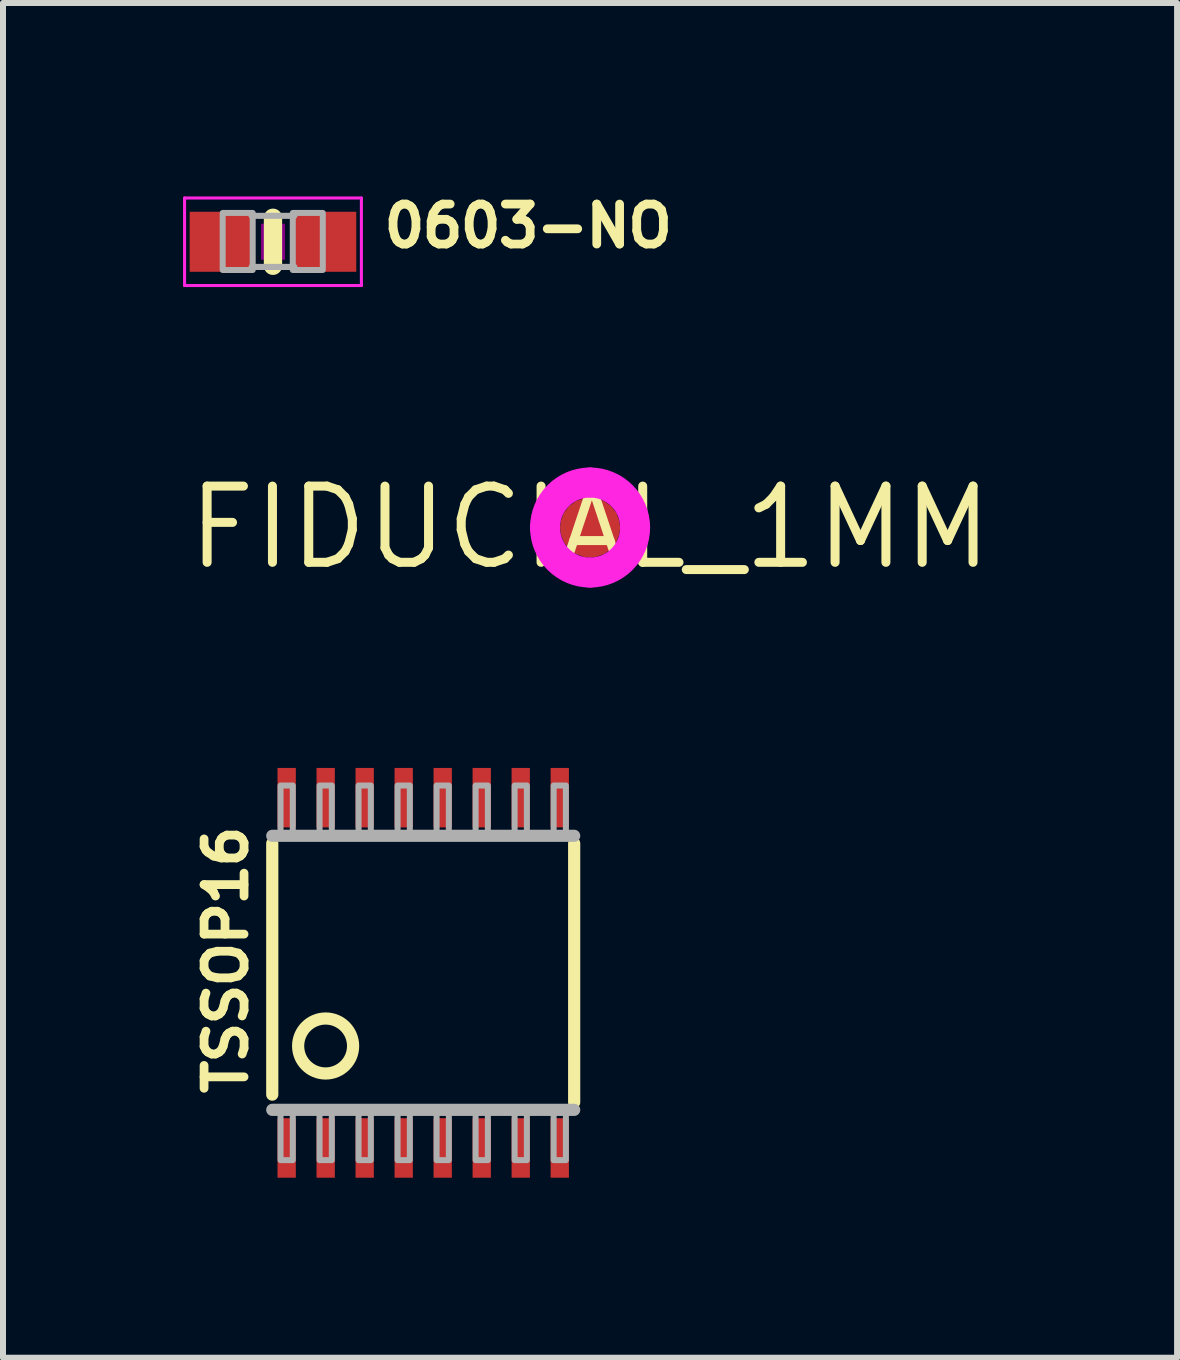
<source format=kicad_pcb>
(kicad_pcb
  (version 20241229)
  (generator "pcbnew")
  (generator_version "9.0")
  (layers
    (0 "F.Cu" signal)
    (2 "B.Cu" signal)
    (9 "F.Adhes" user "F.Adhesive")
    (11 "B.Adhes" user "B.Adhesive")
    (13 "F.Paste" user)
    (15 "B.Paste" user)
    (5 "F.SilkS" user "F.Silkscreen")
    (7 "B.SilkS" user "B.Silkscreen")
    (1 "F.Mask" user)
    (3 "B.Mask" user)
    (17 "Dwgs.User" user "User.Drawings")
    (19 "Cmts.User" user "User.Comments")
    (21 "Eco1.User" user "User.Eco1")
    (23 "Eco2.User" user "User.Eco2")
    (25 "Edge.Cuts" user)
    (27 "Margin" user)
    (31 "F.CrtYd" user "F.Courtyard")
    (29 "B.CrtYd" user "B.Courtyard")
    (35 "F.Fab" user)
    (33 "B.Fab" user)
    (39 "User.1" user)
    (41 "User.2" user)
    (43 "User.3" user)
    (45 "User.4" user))
  (footprint "TSSOP16"
    (layer "F.Cu")
    (at 4.001 13.158)
    (property "Reference" "TSSOP16" (at -2.896 2.083 90) (layer "F.SilkS") (effects (font (size 0.666 0.666) (thickness 0.146)) (justify left bottom)))
    (fp_line (start -2.515 2.029) (end -2.515 -2.156) (stroke (width 0.203) (type solid)) (layer "F.SilkS"))
    (fp_line (start 2.515 -2.156) (end 2.515 2.156) (stroke (width 0.203) (type solid)) (layer "F.SilkS"))
    (fp_circle (center -1.626 1.219) (end -1.168 1.219) (stroke (width 0.203) (type solid)) (fill no) (layer "F.SilkS"))
    (fp_line (start -2.515 2.283) (end 2.515 2.283) (stroke (width 0.203) (type solid)) (layer "F.Fab"))
    (fp_line (start 2.515 -2.283) (end -2.515 -2.283) (stroke (width 0.203) (type solid)) (layer "F.Fab"))
    (fp_poly (pts (xy -2.377 -2.283) (xy -2.173 -2.283) (xy -2.173 -3.121) (xy -2.377 -3.121)) (stroke (width 0.1) (type solid)) (fill no) (layer "F.Fab"))
    (fp_poly (pts (xy -2.377 3.121) (xy -2.173 3.121) (xy -2.173 2.283) (xy -2.377 2.283)) (stroke (width 0.1) (type solid)) (fill no) (layer "F.Fab"))
    (fp_poly (pts (xy -1.727 -2.283) (xy -1.523 -2.283) (xy -1.523 -3.121) (xy -1.727 -3.121)) (stroke (width 0.1) (type solid)) (fill no) (layer "F.Fab"))
    (fp_poly (pts (xy -1.727 3.121) (xy -1.523 3.121) (xy -1.523 2.283) (xy -1.727 2.283)) (stroke (width 0.1) (type solid)) (fill no) (layer "F.Fab"))
    (fp_poly (pts (xy -1.077 -2.283) (xy -0.873 -2.283) (xy -0.873 -3.121) (xy -1.077 -3.121)) (stroke (width 0.1) (type solid)) (fill no) (layer "F.Fab"))
    (fp_poly (pts (xy -1.077 3.121) (xy -0.873 3.121) (xy -0.873 2.283) (xy -1.077 2.283)) (stroke (width 0.1) (type solid)) (fill no) (layer "F.Fab"))
    (fp_poly (pts (xy -0.427 -2.283) (xy -0.223 -2.283) (xy -0.223 -3.121) (xy -0.427 -3.121)) (stroke (width 0.1) (type solid)) (fill no) (layer "F.Fab"))
    (fp_poly (pts (xy -0.427 3.121) (xy -0.223 3.121) (xy -0.223 2.283) (xy -0.427 2.283)) (stroke (width 0.1) (type solid)) (fill no) (layer "F.Fab"))
    (fp_poly (pts (xy 0.223 -2.283) (xy 0.427 -2.283) (xy 0.427 -3.121) (xy 0.223 -3.121)) (stroke (width 0.1) (type solid)) (fill no) (layer "F.Fab"))
    (fp_poly (pts (xy 0.223 3.121) (xy 0.427 3.121) (xy 0.427 2.283) (xy 0.223 2.283)) (stroke (width 0.1) (type solid)) (fill no) (layer "F.Fab"))
    (fp_poly (pts (xy 0.873 -2.283) (xy 1.077 -2.283) (xy 1.077 -3.121) (xy 0.873 -3.121)) (stroke (width 0.1) (type solid)) (fill no) (layer "F.Fab"))
    (fp_poly (pts (xy 0.873 3.121) (xy 1.077 3.121) (xy 1.077 2.283) (xy 0.873 2.283)) (stroke (width 0.1) (type solid)) (fill no) (layer "F.Fab"))
    (fp_poly (pts (xy 1.523 -2.283) (xy 1.727 -2.283) (xy 1.727 -3.121) (xy 1.523 -3.121)) (stroke (width 0.1) (type solid)) (fill no) (layer "F.Fab"))
    (fp_poly (pts (xy 1.523 3.121) (xy 1.727 3.121) (xy 1.727 2.283) (xy 1.523 2.283)) (stroke (width 0.1) (type solid)) (fill no) (layer "F.Fab"))
    (fp_poly (pts (xy 2.173 -2.283) (xy 2.377 -2.283) (xy 2.377 -3.121) (xy 2.173 -3.121)) (stroke (width 0.1) (type solid)) (fill no) (layer "F.Fab"))
    (fp_poly (pts (xy 2.173 3.121) (xy 2.377 3.121) (xy 2.377 2.283) (xy 2.173 2.283)) (stroke (width 0.1) (type solid)) (fill no) (layer "F.Fab"))
    (pad "1" smd rect (at -2.275 2.918) (size 0.305 0.991) (layers "F.Cu" "F.Mask" "F.Paste"))
    (pad "2" smd rect (at -1.625 2.918) (size 0.305 0.991) (layers "F.Cu" "F.Mask" "F.Paste"))
    (pad "3" smd rect (at -0.975 2.918) (size 0.305 0.991) (layers "F.Cu" "F.Mask" "F.Paste"))
    (pad "4" smd rect (at -0.325 2.918) (size 0.305 0.991) (layers "F.Cu" "F.Mask" "F.Paste"))
    (pad "5" smd rect (at 0.325 2.918) (size 0.305 0.991) (layers "F.Cu" "F.Mask" "F.Paste"))
    (pad "6" smd rect (at 0.975 2.918) (size 0.305 0.991) (layers "F.Cu" "F.Mask" "F.Paste"))
    (pad "7" smd rect (at 1.625 2.918) (size 0.305 0.991) (layers "F.Cu" "F.Mask" "F.Paste"))
    (pad "8" smd rect (at 2.275 2.918) (size 0.305 0.991) (layers "F.Cu" "F.Mask" "F.Paste"))
    (pad "9" smd rect (at 2.275 -2.918) (size 0.305 0.991) (layers "F.Cu" "F.Mask" "F.Paste"))
    (pad "10" smd rect (at 1.625 -2.918) (size 0.305 0.991) (layers "F.Cu" "F.Mask" "F.Paste"))
    (pad "11" smd rect (at 0.975 -2.918) (size 0.305 0.991) (layers "F.Cu" "F.Mask" "F.Paste"))
    (pad "12" smd rect (at 0.325 -2.918) (size 0.305 0.991) (layers "F.Cu" "F.Mask" "F.Paste"))
    (pad "13" smd rect (at -0.325 -2.918) (size 0.305 0.991) (layers "F.Cu" "F.Mask" "F.Paste"))
    (pad "14" smd rect (at -0.975 -2.918) (size 0.305 0.991) (layers "F.Cu" "F.Mask" "F.Paste"))
    (pad "15" smd rect (at -1.625 -2.918) (size 0.305 0.991) (layers "F.Cu" "F.Mask" "F.Paste"))
    (pad "16" smd rect (at -2.275 -2.918) (size 0.305 0.991) (layers "F.Cu" "F.Mask" "F.Paste")))
  (footprint "FIDUCIAL_1MM"
    (layer "F.Cu")
    (at 6.781 5.739)
    (property "Reference" "FIDUCIAL_1MM" (at 0 0 0) (layer "F.SilkS") (effects (font (size 1.27 1.27) (thickness 0.15))))
    (fp_arc (start -0.75 0) (mid -0.53033 -0.53033) (end 0 -0.75) (stroke (width 0.4699) (type solid)) (layer "F.Mask"))
    (fp_arc (start 0 -0.75) (mid 0.53033 -0.53033) (end 0.75 0) (stroke (width 0.4699) (type solid)) (layer "F.Mask"))
    (fp_arc (start 0 0.75) (mid -0.53033 0.53033) (end -0.75 0) (stroke (width 0.4699) (type solid)) (layer "F.Mask"))
    (fp_arc (start 0.75 0) (mid 0.53033 0.53033) (end 0 0.75) (stroke (width 0.4699) (type solid)) (layer "F.Mask"))
    (fp_arc (start -0.75 0) (mid -0.53033 -0.53033) (end 0 -0.75) (stroke (width 0.5) (type solid)) (layer "F.CrtYd"))
    (fp_arc (start 0 -0.75) (mid 0.53033 -0.53033) (end 0.75 0) (stroke (width 0.5) (type solid)) (layer "F.CrtYd"))
    (fp_arc (start 0 0.75) (mid -0.53033 0.53033) (end -0.75 0) (stroke (width 0.5) (type solid)) (layer "F.CrtYd"))
    (fp_arc (start 0.75 0) (mid 0.53033 0.53033) (end 0 0.75) (stroke (width 0.5) (type solid)) (layer "F.CrtYd"))
    (pad "1" smd roundrect (at 0 0) (size 1 1) (layers "F.Cu" "F.Mask") (roundrect_rratio 0.5)))
  (footprint "0603-NO"
    (layer "F.Cu")
    (at 1.498 0.978)
    (property "Reference" "0603-NO" (at 1.778 0.127 0) (layer "F.SilkS") (effects (font (size 0.666 0.666) (thickness 0.146)) (justify left bottom)))
    (fp_line (start 0 -0.4) (end 0 0.4) (stroke (width 0.305) (type solid)) (layer "F.SilkS"))
    (fp_poly (pts (xy -0.2 0.3) (xy 0.2 0.3) (xy 0.2 -0.3) (xy -0.2 -0.3)) (stroke (width 0) (type solid)) (fill yes) (layer "F.Adhes"))
    (fp_line (start -1.473 -0.729) (end 1.473 -0.729) (stroke (width 0.051) (type solid)) (layer "F.CrtYd"))
    (fp_line (start -1.473 0.729) (end -1.473 -0.729) (stroke (width 0.051) (type solid)) (layer "F.CrtYd"))
    (fp_line (start 1.473 -0.729) (end 1.473 0.729) (stroke (width 0.051) (type solid)) (layer "F.CrtYd"))
    (fp_line (start 1.473 0.729) (end -1.473 0.729) (stroke (width 0.051) (type solid)) (layer "F.CrtYd"))
    (fp_line (start -0.356 -0.432) (end 0.356 -0.432) (stroke (width 0.102) (type solid)) (layer "F.Fab"))
    (fp_line (start -0.356 0.419) (end 0.356 0.419) (stroke (width 0.102) (type solid)) (layer "F.Fab"))
    (fp_poly (pts (xy -0.838 0.47) (xy -0.338 0.47) (xy -0.338 -0.48) (xy -0.838 -0.48)) (stroke (width 0.1) (type solid)) (fill no) (layer "F.Fab"))
    (fp_poly (pts (xy 0.33 0.47) (xy 0.83 0.47) (xy 0.83 -0.48) (xy 0.33 -0.48)) (stroke (width 0.1) (type solid)) (fill no) (layer "F.Fab"))
    (pad "1" smd rect (at -0.85 0) (size 1.075 1) (layers "F.Cu" "F.Mask" "F.Paste"))
    (pad "2" smd rect (at 0.85 0) (size 1.075 1) (layers "F.Cu" "F.Mask" "F.Paste")))
  (gr_rect
    (start -3 -3)
    (end 16.561 19.571)
    (stroke (width 0.1) (type default))
    (fill no)
    (layer "Edge.Cuts")))
</source>
